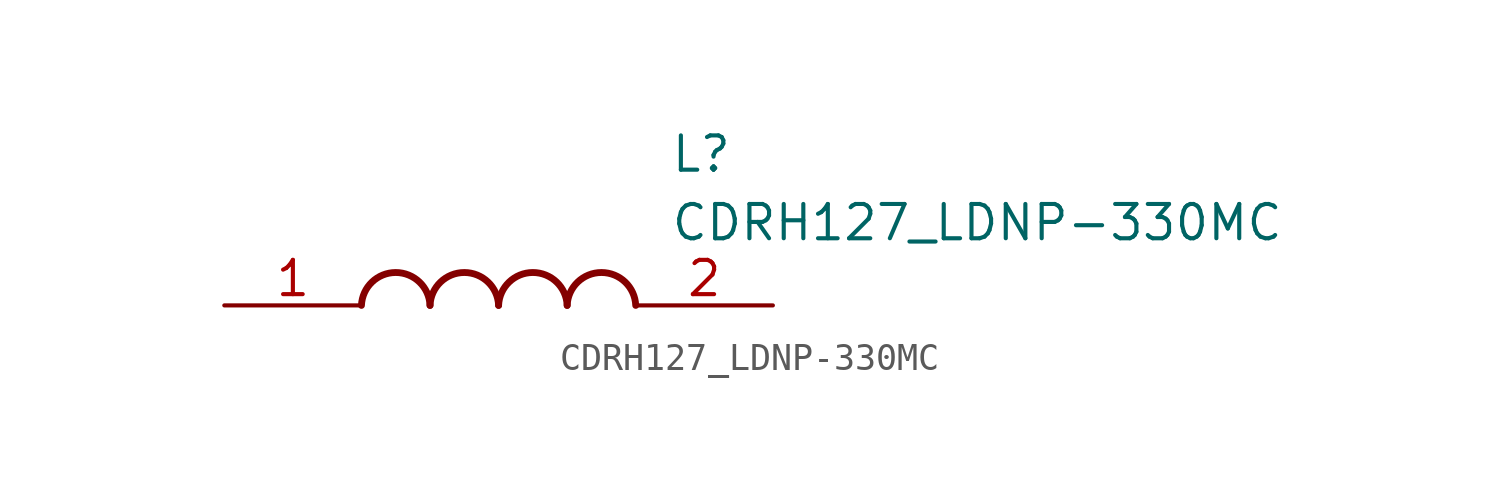
<source format=kicad_sym>
(kicad_symbol_lib
  (version 20211014)
  (generator SamacSys_ECAD_Model)
  (symbol "CDRH127_LDNP-330MC"
    (pin_names hide)
    (property "Reference" "L"
      (at 16.51 6.35 0)
      (effects (font (size 1.27 1.27)) (justify left top)))
    (property "Value" "CDRH127_LDNP-330MC"
      (at 16.51 3.81 0)
      (effects (font (size 1.27 1.27)) (justify left top)))
    (arc
      (start 7.62 0)
      (mid 6.35 1.219)
      (end 5.08 0)
      (stroke (width 0.254) (type default))
      (fill (type none)))
    (arc
      (start 10.16 0)
      (mid 8.89 1.219)
      (end 7.62 0)
      (stroke (width 0.254) (type default))
      (fill (type none)))
    (arc
      (start 12.7 0)
      (mid 11.43 1.219)
      (end 10.16 0)
      (stroke (width 0.254) (type default))
      (fill (type none)))
    (arc
      (start 15.24 0)
      (mid 13.97 1.219)
      (end 12.7 0)
      (stroke (width 0.254) (type default))
      (fill (type none)))
    (pin passive line
      (at 0 0 0)
      (length 5.08)
      (name "1" (effects (font (size 1.27 1.27))))
      (number "1" (effects (font (size 1.27 1.27)))))
    (pin passive line
      (at 20.32 0 180)
      (length 5.08)
      (name "2" (effects (font (size 1.27 1.27))))
      (number "2" (effects (font (size 1.27 1.27)))))))
</source>
